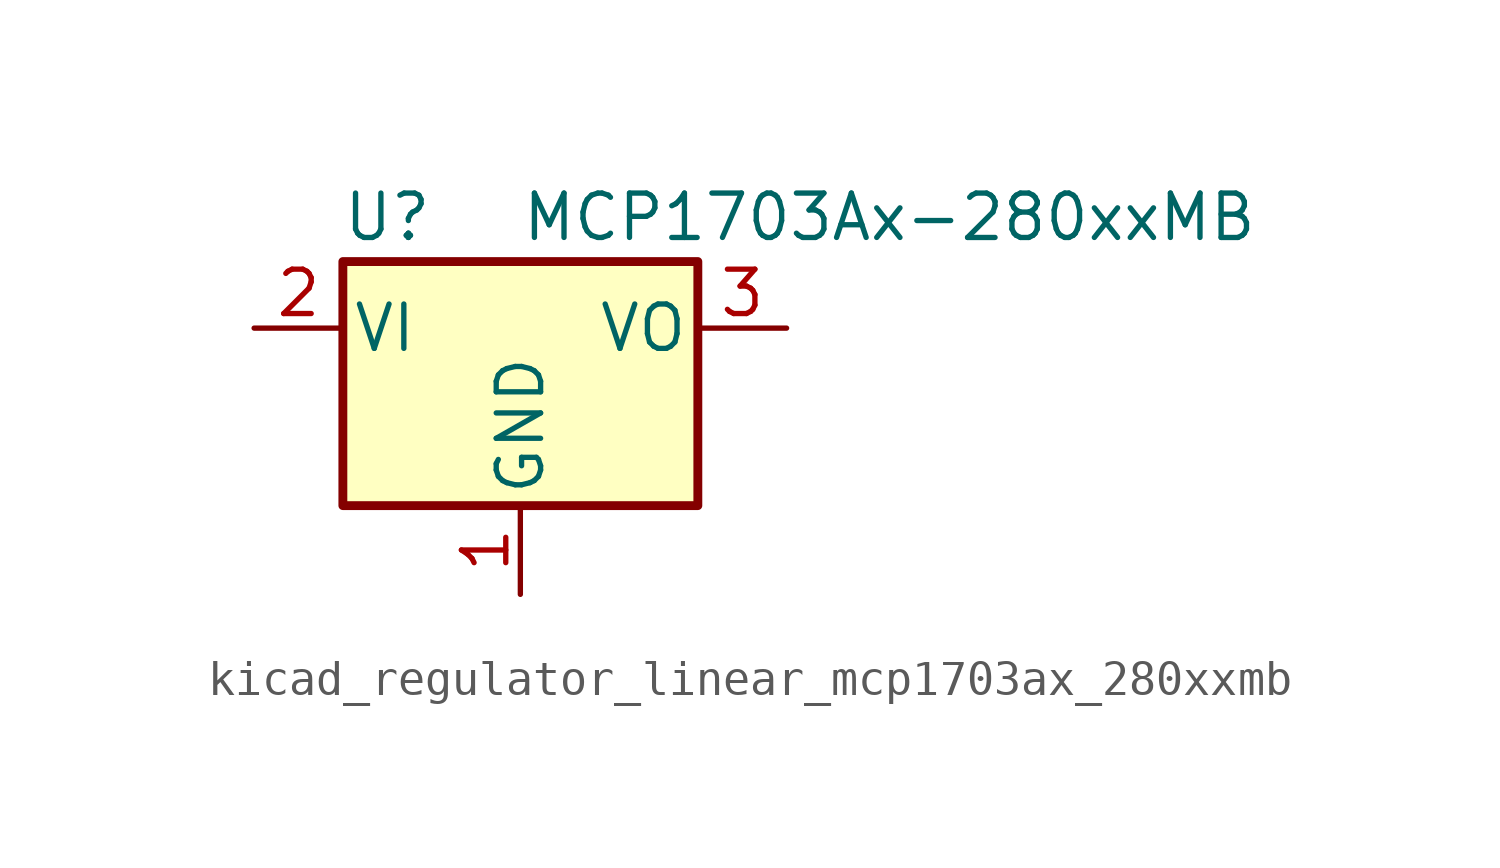
<source format=kicad_sym>
(kicad_symbol_lib
  (version 20220914)
  (generator kicad_symbol_editor)
  (symbol "kicad_regulator_linear_mcp1703ax_280xxmb"
    (pin_names
      (offset 0.254))
    (property "Reference" "U"
      (at -3.81 3.175 0)
      (effects (font (size 1.27 1.27))))
    (property "Value" "MCP1703Ax-280xxMB"
      (at 0 3.175 0)
      (effects (font (size 1.27 1.27)) (justify left)))
    (symbol "kicad_regulator_linear_mcp1703ax_280xxmb_0_1"
      (rectangle (start -5.08 -5.08) (end 5.08 1.905) (stroke (width 0.254) (type default)) (fill (type background))))
    (symbol "kicad_regulator_linear_mcp1703ax_280xxmb_1_1"
      (pin power_in line (at 0 -7.62 90) (length 2.54) (name "GND" (effects (font (size 1.27 1.27)))) (number "1" (effects (font (size 1.27 1.27)))))
      (pin power_in line (at -7.62 0 0) (length 2.54) (name "VI" (effects (font (size 1.27 1.27)))) (number "2" (effects (font (size 1.27 1.27)))))
      (pin power_out line (at 7.62 0 180) (length 2.54) (name "VO" (effects (font (size 1.27 1.27)))) (number "3" (effects (font (size 1.27 1.27))))))))
</source>
